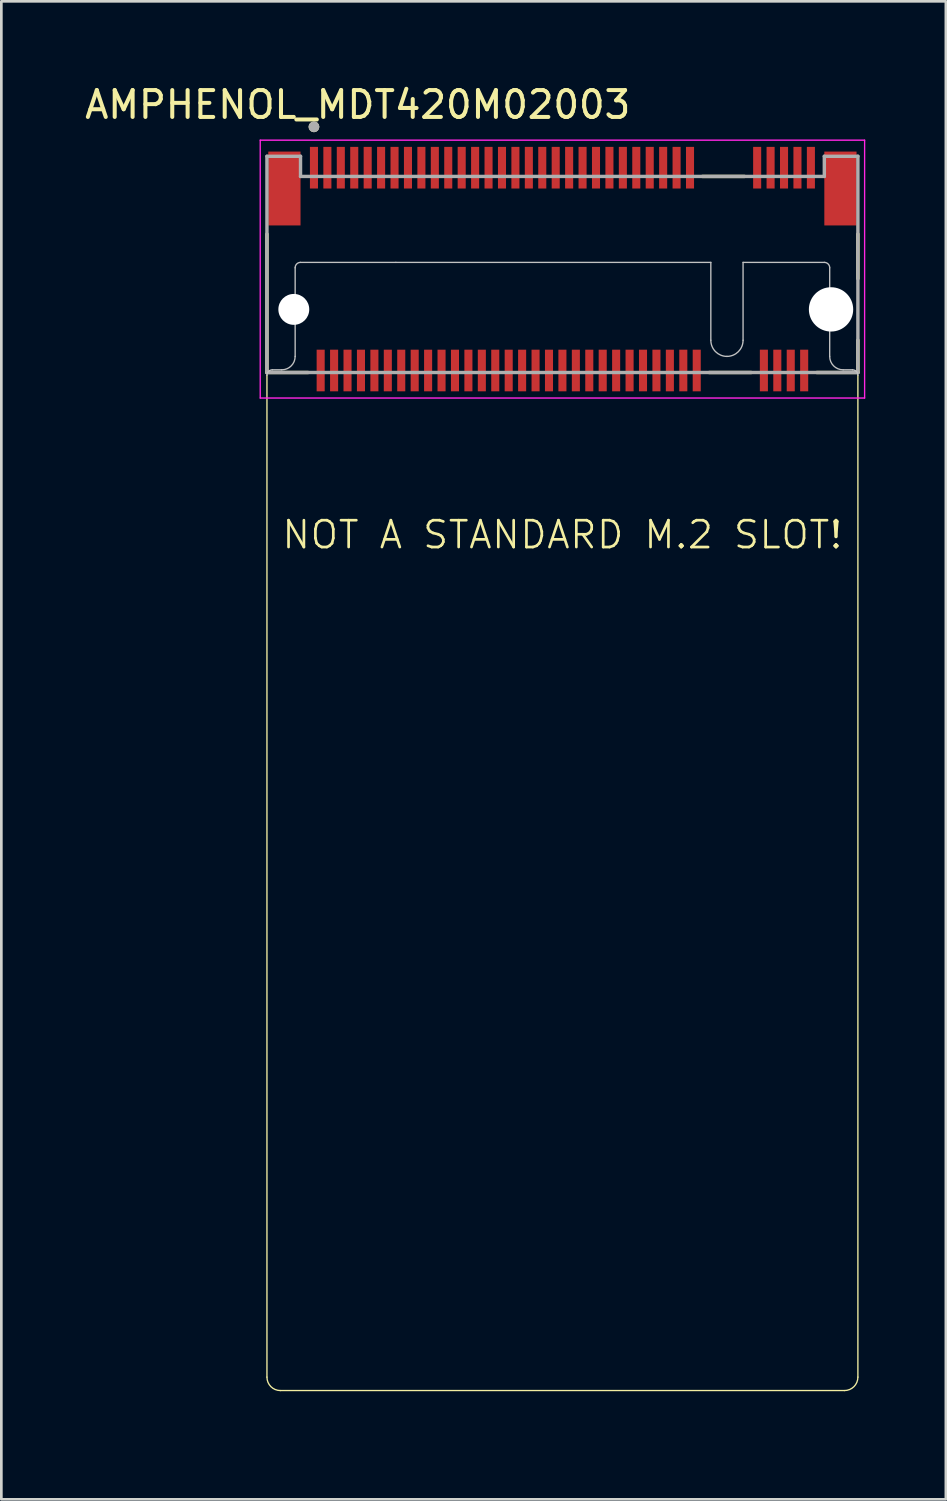
<source format=kicad_pcb>
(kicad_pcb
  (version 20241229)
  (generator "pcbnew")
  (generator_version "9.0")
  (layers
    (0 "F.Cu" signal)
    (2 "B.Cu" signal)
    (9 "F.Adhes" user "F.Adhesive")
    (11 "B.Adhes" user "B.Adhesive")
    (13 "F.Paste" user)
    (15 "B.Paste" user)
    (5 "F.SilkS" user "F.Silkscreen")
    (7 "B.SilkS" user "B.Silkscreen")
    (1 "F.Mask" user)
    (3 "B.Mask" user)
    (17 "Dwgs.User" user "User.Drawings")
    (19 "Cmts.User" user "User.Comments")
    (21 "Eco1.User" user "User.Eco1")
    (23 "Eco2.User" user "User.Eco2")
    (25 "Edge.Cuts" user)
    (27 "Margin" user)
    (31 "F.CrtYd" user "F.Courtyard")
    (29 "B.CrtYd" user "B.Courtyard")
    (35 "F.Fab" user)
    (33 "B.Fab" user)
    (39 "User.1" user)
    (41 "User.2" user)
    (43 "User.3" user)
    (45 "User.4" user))
  (footprint "AMPHENOL_MDT420M02003"
    (layer "F.Cu")
    (at 17.888 8.468)
    (property "Reference" "AMPHENOL_MDT420M02003" (at -7.62 -7.62 0) (layer "F.SilkS") (effects (font (size 1 1) (thickness 0.15))))
    (attr smd)
    (fp_line (start -11 2.35) (end -11 -2.805) (stroke (width 0.127) (type solid)) (layer "F.SilkS"))
    (fp_line (start -11 2.45) (end -11 39.75) (stroke (width 0.05) (type solid)) (layer "F.SilkS"))
    (fp_line (start -10.5 40.25) (end 10.5 40.25) (stroke (width 0.05) (type solid)) (layer "F.SilkS"))
    (fp_line (start -9.47 2.35) (end -11 2.35) (stroke (width 0.127) (type solid)) (layer "F.SilkS"))
    (fp_line (start 5.213 -4.95) (end 6.777 -4.95) (stroke (width 0.127) (type solid)) (layer "F.SilkS"))
    (fp_line (start 5.463 2.35) (end 7.027 2.35) (stroke (width 0.127) (type solid)) (layer "F.SilkS"))
    (fp_line (start 11 -2.805) (end 11 -1.145) (stroke (width 0.127) (type solid)) (layer "F.SilkS"))
    (fp_line (start 11 2.35) (end 9.47 2.35) (stroke (width 0.127) (type solid)) (layer "F.SilkS"))
    (fp_line (start 11 2.35) (end 11 1.145) (stroke (width 0.127) (type solid)) (layer "F.SilkS"))
    (fp_line (start 11 39.75) (end 11 2.45) (stroke (width 0.05) (type solid)) (layer "F.SilkS"))
    (fp_arc (start -10.5 40.25) (mid -10.853554 40.103554) (end -11 39.75) (stroke (width 0.05) (type solid)) (layer "F.SilkS"))
    (fp_arc (start 11 39.75) (mid 10.853553 40.103553) (end 10.5 40.25) (stroke (width 0.05) (type solid)) (layer "F.SilkS"))
    (fp_circle (center -9.25 -6.796) (end -9.15 -6.796) (stroke (width 0.2) (type solid)) (fill no) (layer "F.SilkS"))
    (fp_line (start -10.45 2.25) (end -10.8 2.25) (stroke (width 0.05) (type solid)) (layer "Dwgs.User"))
    (fp_line (start -9.95 -1.55) (end -9.95 1.75) (stroke (width 0.05) (type solid)) (layer "Dwgs.User"))
    (fp_line (start -6.2 -1.75) (end -9.75 -1.75) (stroke (width 0.05) (type solid)) (layer "Dwgs.User"))
    (fp_line (start 5.525 -1.75) (end -6.2 -1.75) (stroke (width 0.05) (type solid)) (layer "Dwgs.User"))
    (fp_line (start 5.525 1.15) (end 5.525 -1.75) (stroke (width 0.05) (type solid)) (layer "Dwgs.User"))
    (fp_line (start 6.725 -1.75) (end 9.75 -1.75) (stroke (width 0.05) (type solid)) (layer "Dwgs.User"))
    (fp_line (start 6.725 1.15) (end 6.725 -1.75) (stroke (width 0.05) (type solid)) (layer "Dwgs.User"))
    (fp_line (start 9.95 1.75) (end 9.95 -1.55) (stroke (width 0.05) (type solid)) (layer "Dwgs.User"))
    (fp_line (start 10.8 2.25) (end 10.45 2.25) (stroke (width 0.05) (type solid)) (layer "Dwgs.User"))
    (fp_arc (start -11 2.45) (mid -10.941422 2.308578) (end -10.8 2.25) (stroke (width 0.05) (type solid)) (layer "Dwgs.User"))
    (fp_arc (start -9.95 -1.55) (mid -9.891421 -1.691421) (end -9.75 -1.75) (stroke (width 0.05) (type solid)) (layer "Dwgs.User"))
    (fp_arc (start -9.95 1.75) (mid -10.096447 2.103553) (end -10.45 2.25) (stroke (width 0.05) (type solid)) (layer "Dwgs.User"))
    (fp_arc (start 6.125 1.75) (mid 5.700736 1.574264) (end 5.525 1.15) (stroke (width 0.05) (type solid)) (layer "Dwgs.User"))
    (fp_arc (start 6.725 1.15) (mid 6.549264 1.574264) (end 6.125 1.75) (stroke (width 0.05) (type solid)) (layer "Dwgs.User"))
    (fp_arc (start 9.75 -1.75) (mid 9.891421 -1.691421) (end 9.95 -1.55) (stroke (width 0.05) (type solid)) (layer "Dwgs.User"))
    (fp_arc (start 10.45 2.25) (mid 10.096447 2.103553) (end 9.95 1.75) (stroke (width 0.05) (type solid)) (layer "Dwgs.User"))
    (fp_arc (start 10.8 2.25) (mid 10.941421 2.308579) (end 11 2.45) (stroke (width 0.05) (type solid)) (layer "Dwgs.User"))
    (fp_line (start -11.25 -6.3) (end -11.25 3.3) (stroke (width 0.05) (type solid)) (layer "F.CrtYd"))
    (fp_line (start -11.25 3.3) (end 11.25 3.3) (stroke (width 0.05) (type solid)) (layer "F.CrtYd"))
    (fp_line (start 11.25 -6.3) (end -11.25 -6.3) (stroke (width 0.05) (type solid)) (layer "F.CrtYd"))
    (fp_line (start 11.25 3.3) (end 11.25 -6.3) (stroke (width 0.05) (type solid)) (layer "F.CrtYd"))
    (fp_line (start -11 -5.7) (end -9.75 -5.7) (stroke (width 0.127) (type solid)) (layer "F.Fab"))
    (fp_line (start -11 2.35) (end -11 -5.7) (stroke (width 0.127) (type solid)) (layer "F.Fab"))
    (fp_line (start -9.75 -5.7) (end -9.75 -4.95) (stroke (width 0.127) (type solid)) (layer "F.Fab"))
    (fp_line (start -9.75 -4.95) (end 9.75 -4.95) (stroke (width 0.127) (type solid)) (layer "F.Fab"))
    (fp_line (start 9.75 -5.7) (end 11 -5.7) (stroke (width 0.127) (type solid)) (layer "F.Fab"))
    (fp_line (start 9.75 -4.95) (end 9.75 -5.7) (stroke (width 0.127) (type solid)) (layer "F.Fab"))
    (fp_line (start 11 -5.7) (end 11 2.35) (stroke (width 0.127) (type solid)) (layer "F.Fab"))
    (fp_line (start 11 2.35) (end -11 2.35) (stroke (width 0.127) (type solid)) (layer "F.Fab"))
    (fp_circle (center -9.25 -6.796) (end -9.15 -6.796) (stroke (width 0.2) (type solid)) (fill no) (layer "F.Fab"))
    (fp_line (start -1 40.25) (end 1 40.25) (stroke (width 0.1) (type default)) (layer "User.1"))
    (fp_line (start 0 39.25) (end 0 41.25) (stroke (width 0.1) (type default)) (layer "User.1"))
    (fp_circle (center 0 40.25) (end 1 40.25) (stroke (width 0.1) (type solid)) (fill no) (layer "User.1"))
    (fp_text user "NOT A STANDARD M.2 SLOT!" (at -10.5 8.975 0) (unlocked yes) (layer "F.SilkS") (effects (font (size 1 1) (thickness 0.1)) (justify left bottom)))
    (pad "" np_thru_hole circle (at -10 0) (size 1.15 1.15) (drill 1.15) (layers "*.Cu" "*.Mask"))
    (pad "" np_thru_hole circle (at 10 0) (size 1.65 1.65) (drill 1.65) (layers "*.Cu" "*.Mask"))
    (pad "1" smd rect (at -9.25 -5.275) (size 0.3 1.55) (layers "F.Cu" "F.Mask" "F.Paste"))
    (pad "2" smd rect (at -9 2.275) (size 0.3 1.55) (layers "F.Cu" "F.Mask" "F.Paste"))
    (pad "3" smd rect (at -8.75 -5.275) (size 0.3 1.55) (layers "F.Cu" "F.Mask" "F.Paste"))
    (pad "4" smd rect (at -8.5 2.275) (size 0.3 1.55) (layers "F.Cu" "F.Mask" "F.Paste"))
    (pad "5" smd rect (at -8.25 -5.275) (size 0.3 1.55) (layers "F.Cu" "F.Mask" "F.Paste"))
    (pad "6" smd rect (at -8 2.275) (size 0.3 1.55) (layers "F.Cu" "F.Mask" "F.Paste"))
    (pad "7" smd rect (at -7.75 -5.275) (size 0.3 1.55) (layers "F.Cu" "F.Mask" "F.Paste"))
    (pad "8" smd rect (at -7.5 2.275) (size 0.3 1.55) (layers "F.Cu" "F.Mask" "F.Paste"))
    (pad "9" smd rect (at -7.25 -5.275) (size 0.3 1.55) (layers "F.Cu" "F.Mask" "F.Paste"))
    (pad "10" smd rect (at -7 2.275) (size 0.3 1.55) (layers "F.Cu" "F.Mask" "F.Paste"))
    (pad "11" smd rect (at -6.75 -5.275) (size 0.3 1.55) (layers "F.Cu" "F.Mask" "F.Paste"))
    (pad "12" smd rect (at -6.5 2.275) (size 0.3 1.55) (layers "F.Cu" "F.Mask" "F.Paste"))
    (pad "13" smd rect (at -6.25 -5.275) (size 0.3 1.55) (layers "F.Cu" "F.Mask" "F.Paste"))
    (pad "14" smd rect (at -6 2.275) (size 0.3 1.55) (layers "F.Cu" "F.Mask" "F.Paste"))
    (pad "15" smd rect (at -5.75 -5.275) (size 0.3 1.55) (layers "F.Cu" "F.Mask" "F.Paste"))
    (pad "16" smd rect (at -5.5 2.275) (size 0.3 1.55) (layers "F.Cu" "F.Mask" "F.Paste"))
    (pad "17" smd rect (at -5.25 -5.275) (size 0.3 1.55) (layers "F.Cu" "F.Mask" "F.Paste"))
    (pad "18" smd rect (at -5 2.275) (size 0.3 1.55) (layers "F.Cu" "F.Mask" "F.Paste"))
    (pad "19" smd rect (at -4.75 -5.275) (size 0.3 1.55) (layers "F.Cu" "F.Mask" "F.Paste"))
    (pad "20" smd rect (at -4.5 2.275) (size 0.3 1.55) (layers "F.Cu" "F.Mask" "F.Paste"))
    (pad "21" smd rect (at -4.25 -5.275) (size 0.3 1.55) (layers "F.Cu" "F.Mask" "F.Paste"))
    (pad "22" smd rect (at -4 2.275) (size 0.3 1.55) (layers "F.Cu" "F.Mask" "F.Paste"))
    (pad "23" smd rect (at -3.75 -5.275) (size 0.3 1.55) (layers "F.Cu" "F.Mask" "F.Paste"))
    (pad "24" smd rect (at -3.5 2.275) (size 0.3 1.55) (layers "F.Cu" "F.Mask" "F.Paste"))
    (pad "25" smd rect (at -3.25 -5.275) (size 0.3 1.55) (layers "F.Cu" "F.Mask" "F.Paste"))
    (pad "26" smd rect (at -3 2.275) (size 0.3 1.55) (layers "F.Cu" "F.Mask" "F.Paste"))
    (pad "27" smd rect (at -2.75 -5.275) (size 0.3 1.55) (layers "F.Cu" "F.Mask" "F.Paste"))
    (pad "28" smd rect (at -2.5 2.275) (size 0.3 1.55) (layers "F.Cu" "F.Mask" "F.Paste"))
    (pad "29" smd rect (at -2.25 -5.275) (size 0.3 1.55) (layers "F.Cu" "F.Mask" "F.Paste"))
    (pad "30" smd rect (at -2 2.275) (size 0.3 1.55) (layers "F.Cu" "F.Mask" "F.Paste"))
    (pad "31" smd rect (at -1.75 -5.275) (size 0.3 1.55) (layers "F.Cu" "F.Mask" "F.Paste"))
    (pad "32" smd rect (at -1.5 2.275) (size 0.3 1.55) (layers "F.Cu" "F.Mask" "F.Paste"))
    (pad "33" smd rect (at -1.25 -5.275) (size 0.3 1.55) (layers "F.Cu" "F.Mask" "F.Paste"))
    (pad "34" smd rect (at -1 2.275) (size 0.3 1.55) (layers "F.Cu" "F.Mask" "F.Paste"))
    (pad "35" smd rect (at -0.75 -5.275) (size 0.3 1.55) (layers "F.Cu" "F.Mask" "F.Paste"))
    (pad "36" smd rect (at -0.5 2.275) (size 0.3 1.55) (layers "F.Cu" "F.Mask" "F.Paste"))
    (pad "37" smd rect (at -0.25 -5.275) (size 0.3 1.55) (layers "F.Cu" "F.Mask" "F.Paste"))
    (pad "38" smd rect (at 0 2.275) (size 0.3 1.55) (layers "F.Cu" "F.Mask" "F.Paste"))
    (pad "39" smd rect (at 0.25 -5.275) (size 0.3 1.55) (layers "F.Cu" "F.Mask" "F.Paste"))
    (pad "40" smd rect (at 0.5 2.275) (size 0.3 1.55) (layers "F.Cu" "F.Mask" "F.Paste"))
    (pad "41" smd rect (at 0.75 -5.275) (size 0.3 1.55) (layers "F.Cu" "F.Mask" "F.Paste"))
    (pad "42" smd rect (at 1 2.275) (size 0.3 1.55) (layers "F.Cu" "F.Mask" "F.Paste"))
    (pad "43" smd rect (at 1.25 -5.275) (size 0.3 1.55) (layers "F.Cu" "F.Mask" "F.Paste"))
    (pad "44" smd rect (at 1.5 2.275) (size 0.3 1.55) (layers "F.Cu" "F.Mask" "F.Paste"))
    (pad "45" smd rect (at 1.75 -5.275) (size 0.3 1.55) (layers "F.Cu" "F.Mask" "F.Paste"))
    (pad "46" smd rect (at 2 2.275) (size 0.3 1.55) (layers "F.Cu" "F.Mask" "F.Paste"))
    (pad "47" smd rect (at 2.25 -5.275) (size 0.3 1.55) (layers "F.Cu" "F.Mask" "F.Paste"))
    (pad "48" smd rect (at 2.5 2.275) (size 0.3 1.55) (layers "F.Cu" "F.Mask" "F.Paste"))
    (pad "49" smd rect (at 2.75 -5.275) (size 0.3 1.55) (layers "F.Cu" "F.Mask" "F.Paste"))
    (pad "50" smd rect (at 3 2.275) (size 0.3 1.55) (layers "F.Cu" "F.Mask" "F.Paste"))
    (pad "51" smd rect (at 3.25 -5.275) (size 0.3 1.55) (layers "F.Cu" "F.Mask" "F.Paste"))
    (pad "52" smd rect (at 3.5 2.275) (size 0.3 1.55) (layers "F.Cu" "F.Mask" "F.Paste"))
    (pad "53" smd rect (at 3.75 -5.275) (size 0.3 1.55) (layers "F.Cu" "F.Mask" "F.Paste"))
    (pad "54" smd rect (at 4 2.275) (size 0.3 1.55) (layers "F.Cu" "F.Mask" "F.Paste"))
    (pad "55" smd rect (at 4.25 -5.275) (size 0.3 1.55) (layers "F.Cu" "F.Mask" "F.Paste"))
    (pad "56" smd rect (at 4.5 2.275) (size 0.3 1.55) (layers "F.Cu" "F.Mask" "F.Paste"))
    (pad "57" smd rect (at 4.75 -5.275) (size 0.3 1.55) (layers "F.Cu" "F.Mask" "F.Paste"))
    (pad "58" smd rect (at 5 2.275) (size 0.3 1.55) (layers "F.Cu" "F.Mask" "F.Paste"))
    (pad "67" smd rect (at 7.25 -5.275) (size 0.3 1.55) (layers "F.Cu" "F.Mask" "F.Paste"))
    (pad "68" smd rect (at 7.5 2.275) (size 0.3 1.55) (layers "F.Cu" "F.Mask" "F.Paste"))
    (pad "69" smd rect (at 7.75 -5.275) (size 0.3 1.55) (layers "F.Cu" "F.Mask" "F.Paste"))
    (pad "70" smd rect (at 8 2.275) (size 0.3 1.55) (layers "F.Cu" "F.Mask" "F.Paste"))
    (pad "71" smd rect (at 8.25 -5.275) (size 0.3 1.55) (layers "F.Cu" "F.Mask" "F.Paste"))
    (pad "72" smd rect (at 8.5 2.275) (size 0.3 1.55) (layers "F.Cu" "F.Mask" "F.Paste"))
    (pad "73" smd rect (at 8.75 -5.275) (size 0.3 1.55) (layers "F.Cu" "F.Mask" "F.Paste"))
    (pad "74" smd rect (at 9 2.275) (size 0.3 1.55) (layers "F.Cu" "F.Mask" "F.Paste"))
    (pad "75" smd rect (at 9.25 -5.275) (size 0.3 1.55) (layers "F.Cu" "F.Mask" "F.Paste"))
    (pad "S1" smd rect (at -10.35 -4.5) (size 1.2 2.75) (layers "F.Cu" "F.Mask" "F.Paste"))
    (pad "S2" smd rect (at 10.35 -4.5) (size 1.2 2.75) (layers "F.Cu" "F.Mask" "F.Paste")))
  (gr_rect
    (start -3 -3)
    (end 32.163 52.768)
    (stroke (width 0.1) (type default))
    (fill no)
    (layer "Edge.Cuts")))
</source>
